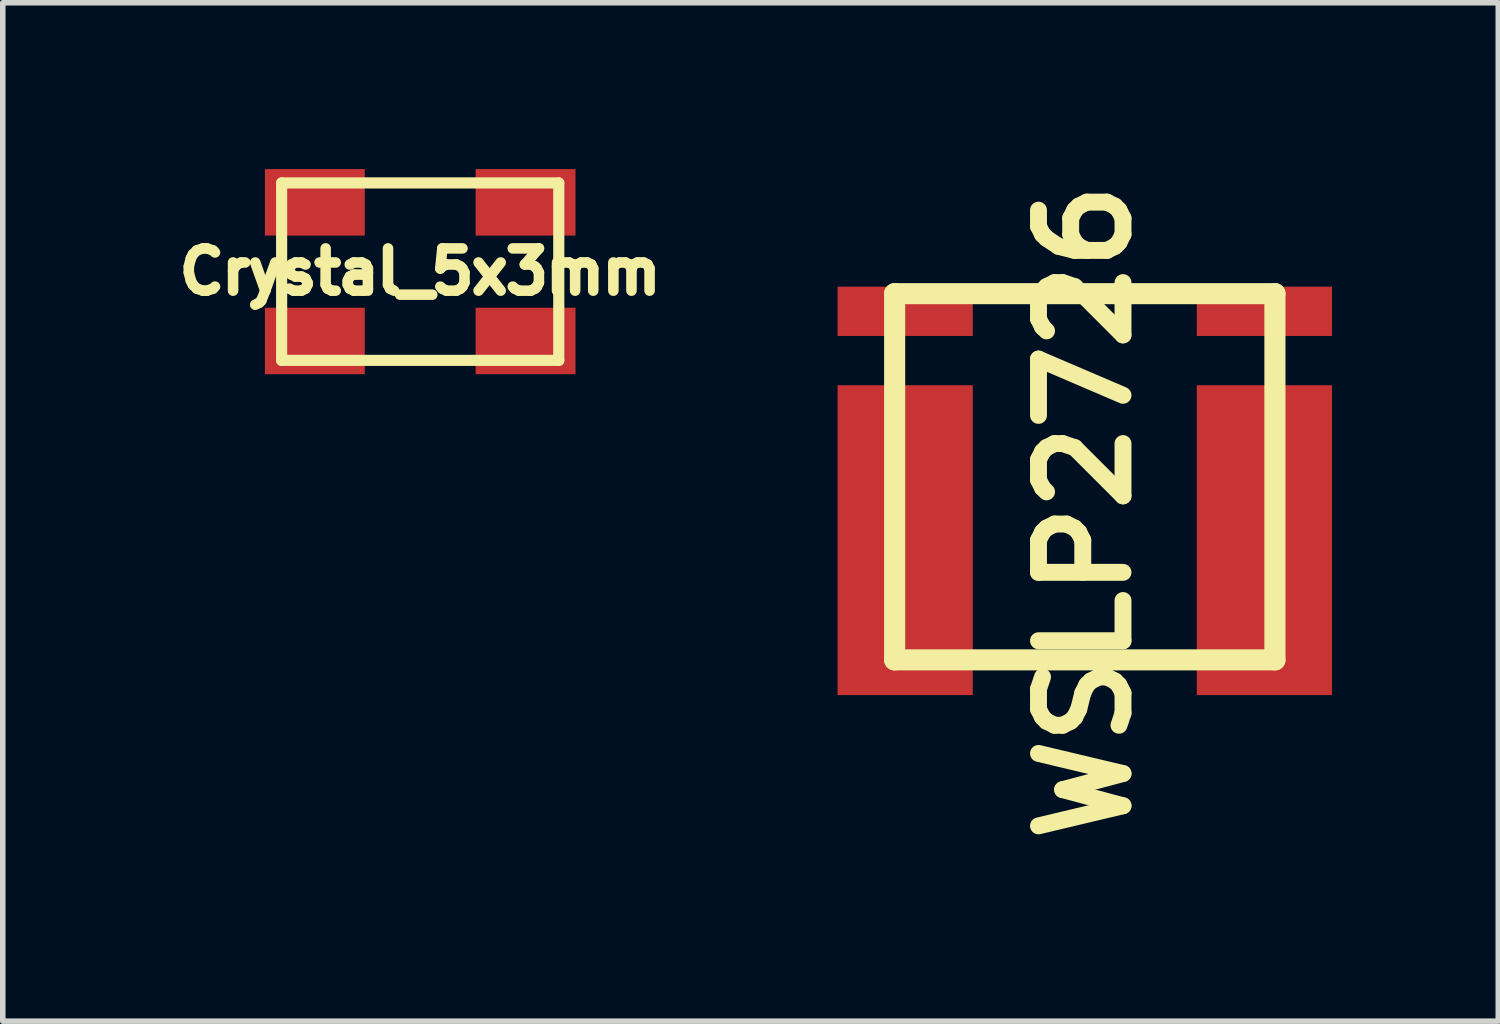
<source format=kicad_pcb>
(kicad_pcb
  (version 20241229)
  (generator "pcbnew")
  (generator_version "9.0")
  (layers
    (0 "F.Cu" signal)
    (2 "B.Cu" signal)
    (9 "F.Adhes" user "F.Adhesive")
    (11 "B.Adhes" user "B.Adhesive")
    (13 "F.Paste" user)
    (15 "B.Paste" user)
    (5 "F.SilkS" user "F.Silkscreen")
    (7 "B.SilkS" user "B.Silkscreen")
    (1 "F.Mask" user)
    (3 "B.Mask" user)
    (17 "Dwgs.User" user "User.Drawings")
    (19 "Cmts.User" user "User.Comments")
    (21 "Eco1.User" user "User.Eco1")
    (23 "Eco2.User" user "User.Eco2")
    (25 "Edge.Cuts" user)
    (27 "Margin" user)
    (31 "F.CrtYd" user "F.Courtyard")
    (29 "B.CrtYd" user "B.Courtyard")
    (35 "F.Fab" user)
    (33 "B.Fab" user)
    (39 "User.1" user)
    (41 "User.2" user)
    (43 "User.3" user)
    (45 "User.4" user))
  (footprint "WSLP2726"
    (layer "F.Cu")
    (at 16.513 3.643)
    (property "Reference" "WSLP2726" (at 0 2.54 90) (layer "F.SilkS") (effects (font (size 1.524 1.524) (thickness 0.305))))
    (attr through_hole)
    (fp_line (start -3.429 -1.397) (end -3.429 5.207) (stroke (width 0.381) (type solid)) (layer "F.SilkS"))
    (fp_line (start -3.429 5.207) (end 3.429 5.207) (stroke (width 0.381) (type solid)) (layer "F.SilkS"))
    (fp_line (start 3.429 -1.397) (end -3.429 -1.397) (stroke (width 0.381) (type solid)) (layer "F.SilkS"))
    (fp_line (start 3.429 5.207) (end 3.429 -1.397) (stroke (width 0.381) (type solid)) (layer "F.SilkS"))
    (pad "1" smd rect (at -3.239 3.048) (size 2.438 5.588) (layers "F.Cu" "F.Mask" "F.Paste"))
    (pad "2" smd rect (at 3.239 3.048) (size 2.438 5.588) (layers "F.Cu" "F.Mask" "F.Paste"))
    (pad "3" smd rect (at -3.239 -1.079) (size 2.438 0.889) (layers "F.Cu" "F.Mask" "F.Paste"))
    (pad "4" smd rect (at 3.239 -1.079) (size 2.438 0.889) (layers "F.Cu" "F.Mask" "F.Paste")))
  (footprint "Crystal_5x3mm"
    (layer "F.Cu")
    (at 4.528 1.849)
    (property "Reference" "Crystal_5x3mm" (at 0 0 0) (layer "F.SilkS") (effects (font (size 0.762 0.762) (thickness 0.191))))
    (attr through_hole)
    (fp_line (start -2.499 -1.6) (end 2.499 -1.6) (stroke (width 0.201) (type solid)) (layer "F.SilkS"))
    (fp_line (start -2.499 1.6) (end -2.499 -1.6) (stroke (width 0.201) (type solid)) (layer "F.SilkS"))
    (fp_line (start 2.499 -1.6) (end 2.499 1.6) (stroke (width 0.201) (type solid)) (layer "F.SilkS"))
    (fp_line (start 2.499 1.6) (end -2.499 1.6) (stroke (width 0.201) (type solid)) (layer "F.SilkS"))
    (pad "1" smd rect (at -1.9 1.25) (size 1.801 1.199) (layers "F.Cu" "F.Mask" "F.Paste"))
    (pad "2" smd rect (at 1.9 1.25) (size 1.801 1.199) (layers "F.Cu" "F.Mask" "F.Paste"))
    (pad "3" smd rect (at 1.9 -1.25) (size 1.801 1.199) (layers "F.Cu" "F.Mask" "F.Paste"))
    (pad "4" smd rect (at -1.9 -1.25) (size 1.801 1.199) (layers "F.Cu" "F.Mask" "F.Paste")))
  (gr_rect
    (start -3 -3)
    (end 23.97 15.366)
    (stroke (width 0.1) (type default))
    (fill no)
    (layer "Edge.Cuts")))
</source>
